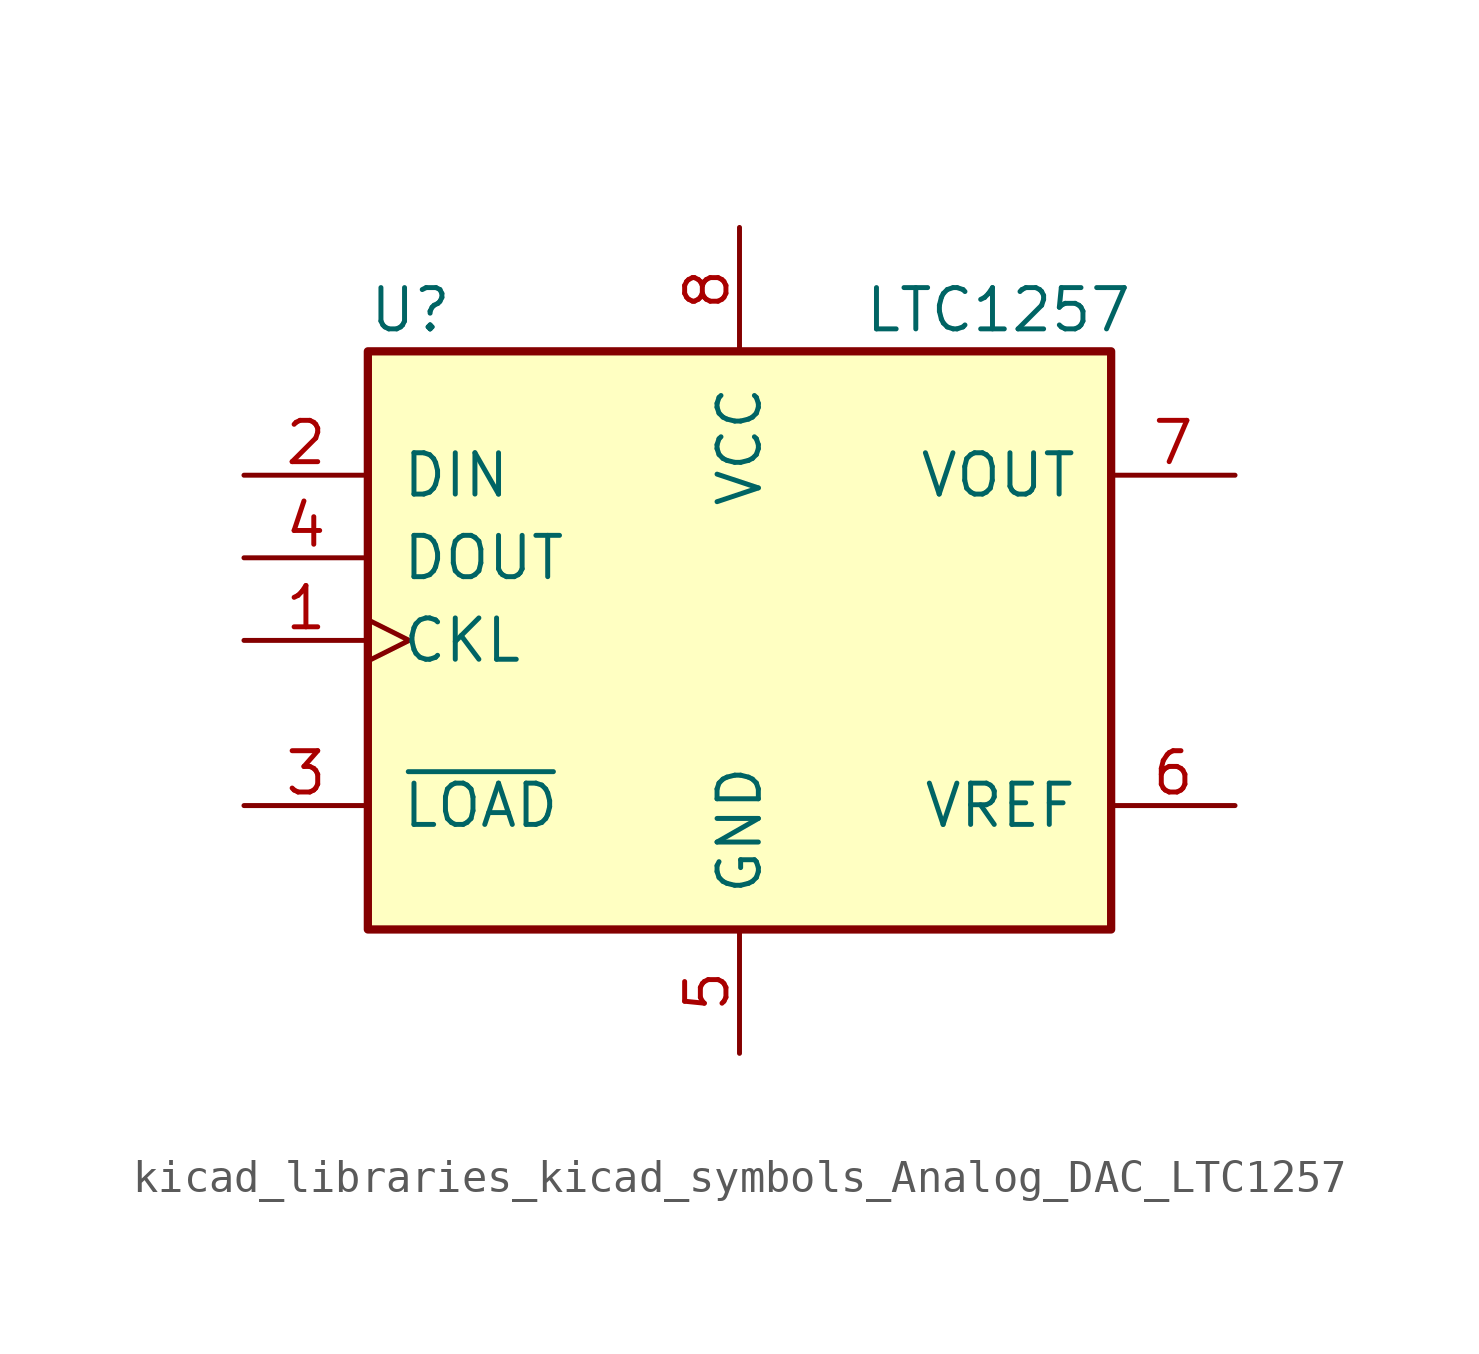
<source format=kicad_sym>
(kicad_symbol_lib
  (version 20220914)
  (generator kicad_symbol_editor)
  (symbol "kicad_libraries_kicad_symbols_Analog_DAC_LTC1257"
    (pin_names
      (offset 1.016))
    (property "Reference" "U"
      (at -11.43 10.16 0)
      (effects (font (size 1.27 1.27)) (justify left)))
    (property "Value" "LTC1257"
      (at 3.81 10.16 0)
      (effects (font (size 1.27 1.27)) (justify left)))
    (symbol "kicad_libraries_kicad_symbols_Analog_DAC_LTC1257_0_1"
      (rectangle (start -11.43 8.89) (end 11.43 -8.89) (stroke (width 0.254) (type default)) (fill (type background))))
    (symbol "kicad_libraries_kicad_symbols_Analog_DAC_LTC1257_1_1"
      (pin input clock (at -15.24 0 0) (length 3.81) (name "CKL" (effects (font (size 1.27 1.27)))) (number "1" (effects (font (size 1.27 1.27)))))
      (pin input line (at -15.24 5.08 0) (length 3.81) (name "DIN" (effects (font (size 1.27 1.27)))) (number "2" (effects (font (size 1.27 1.27)))))
      (pin input line (at -15.24 -5.08 0) (length 3.81) (name "~{LOAD}" (effects (font (size 1.27 1.27)))) (number "3" (effects (font (size 1.27 1.27)))))
      (pin output line (at -15.24 2.54 0) (length 3.81) (name "DOUT" (effects (font (size 1.27 1.27)))) (number "4" (effects (font (size 1.27 1.27)))))
      (pin power_in line (at 0 -12.7 90) (length 3.81) (name "GND" (effects (font (size 1.27 1.27)))) (number "5" (effects (font (size 1.27 1.27)))))
      (pin bidirectional line (at 15.24 -5.08 180) (length 3.81) (name "VREF" (effects (font (size 1.27 1.27)))) (number "6" (effects (font (size 1.27 1.27)))))
      (pin output line (at 15.24 5.08 180) (length 3.81) (name "VOUT" (effects (font (size 1.27 1.27)))) (number "7" (effects (font (size 1.27 1.27)))))
      (pin power_in line (at 0 12.7 270) (length 3.81) (name "VCC" (effects (font (size 1.27 1.27)))) (number "8" (effects (font (size 1.27 1.27))))))))
</source>
